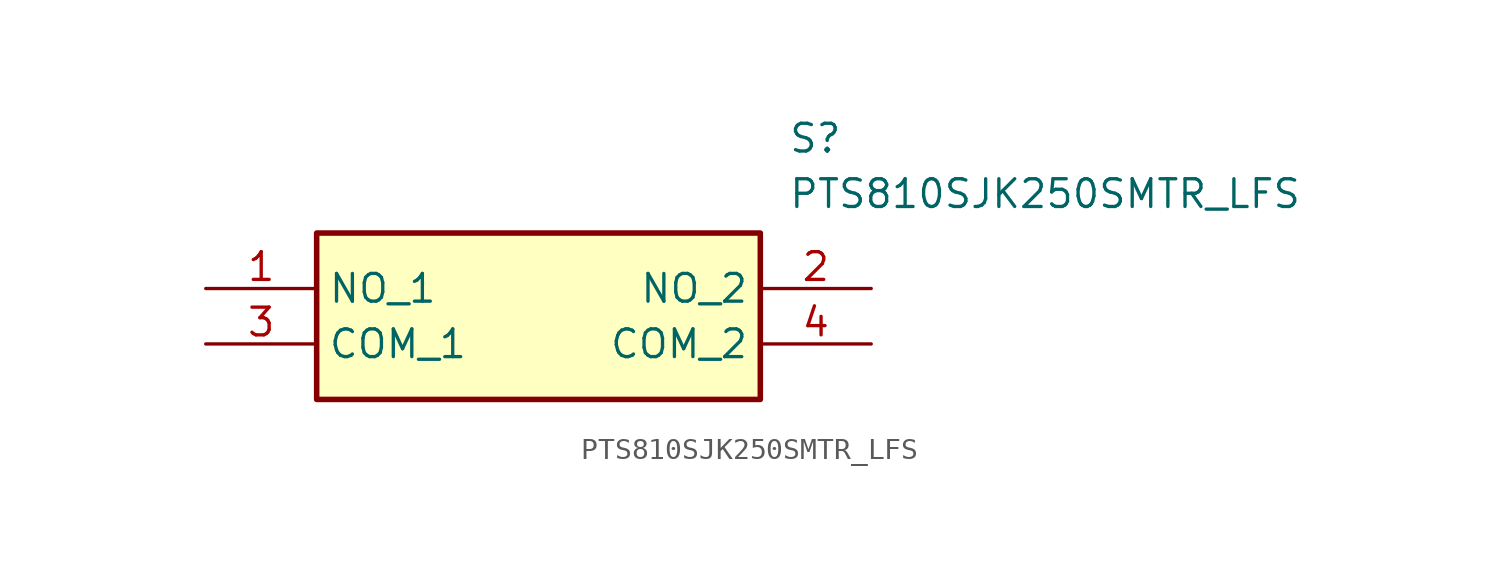
<source format=kicad_sym>
(kicad_symbol_lib
  (version 20231120)
  (generator "kicad_symbol_editor")
  (generator_version "8.0")
  (symbol "PTS810SJK250SMTR_LFS"
    (property "Reference" "S"
      (at 26.67 7.62 0)
      (effects (font (size 1.27 1.27)) (justify left top)))
    (property "Value" "PTS810SJK250SMTR_LFS"
      (at 26.67 5.08 0)
      (effects (font (size 1.27 1.27)) (justify left top)))
    (symbol "PTS810SJK250SMTR_LFS_1_1"
      (rectangle (start 5.08 2.54) (end 25.4 -5.08) (stroke (width 0.254) (type default)) (fill (type background)))
      (pin passive line (at 0 0 0) (length 5.08) (name "NO_1" (effects (font (size 1.27 1.27)))) (number "1" (effects (font (size 1.27 1.27)))))
      (pin passive line (at 30.48 0 180) (length 5.08) (name "NO_2" (effects (font (size 1.27 1.27)))) (number "2" (effects (font (size 1.27 1.27)))))
      (pin passive line (at 0 -2.54 0) (length 5.08) (name "COM_1" (effects (font (size 1.27 1.27)))) (number "3" (effects (font (size 1.27 1.27)))))
      (pin passive line (at 30.48 -2.54 180) (length 5.08) (name "COM_2" (effects (font (size 1.27 1.27)))) (number "4" (effects (font (size 1.27 1.27))))))))
</source>
